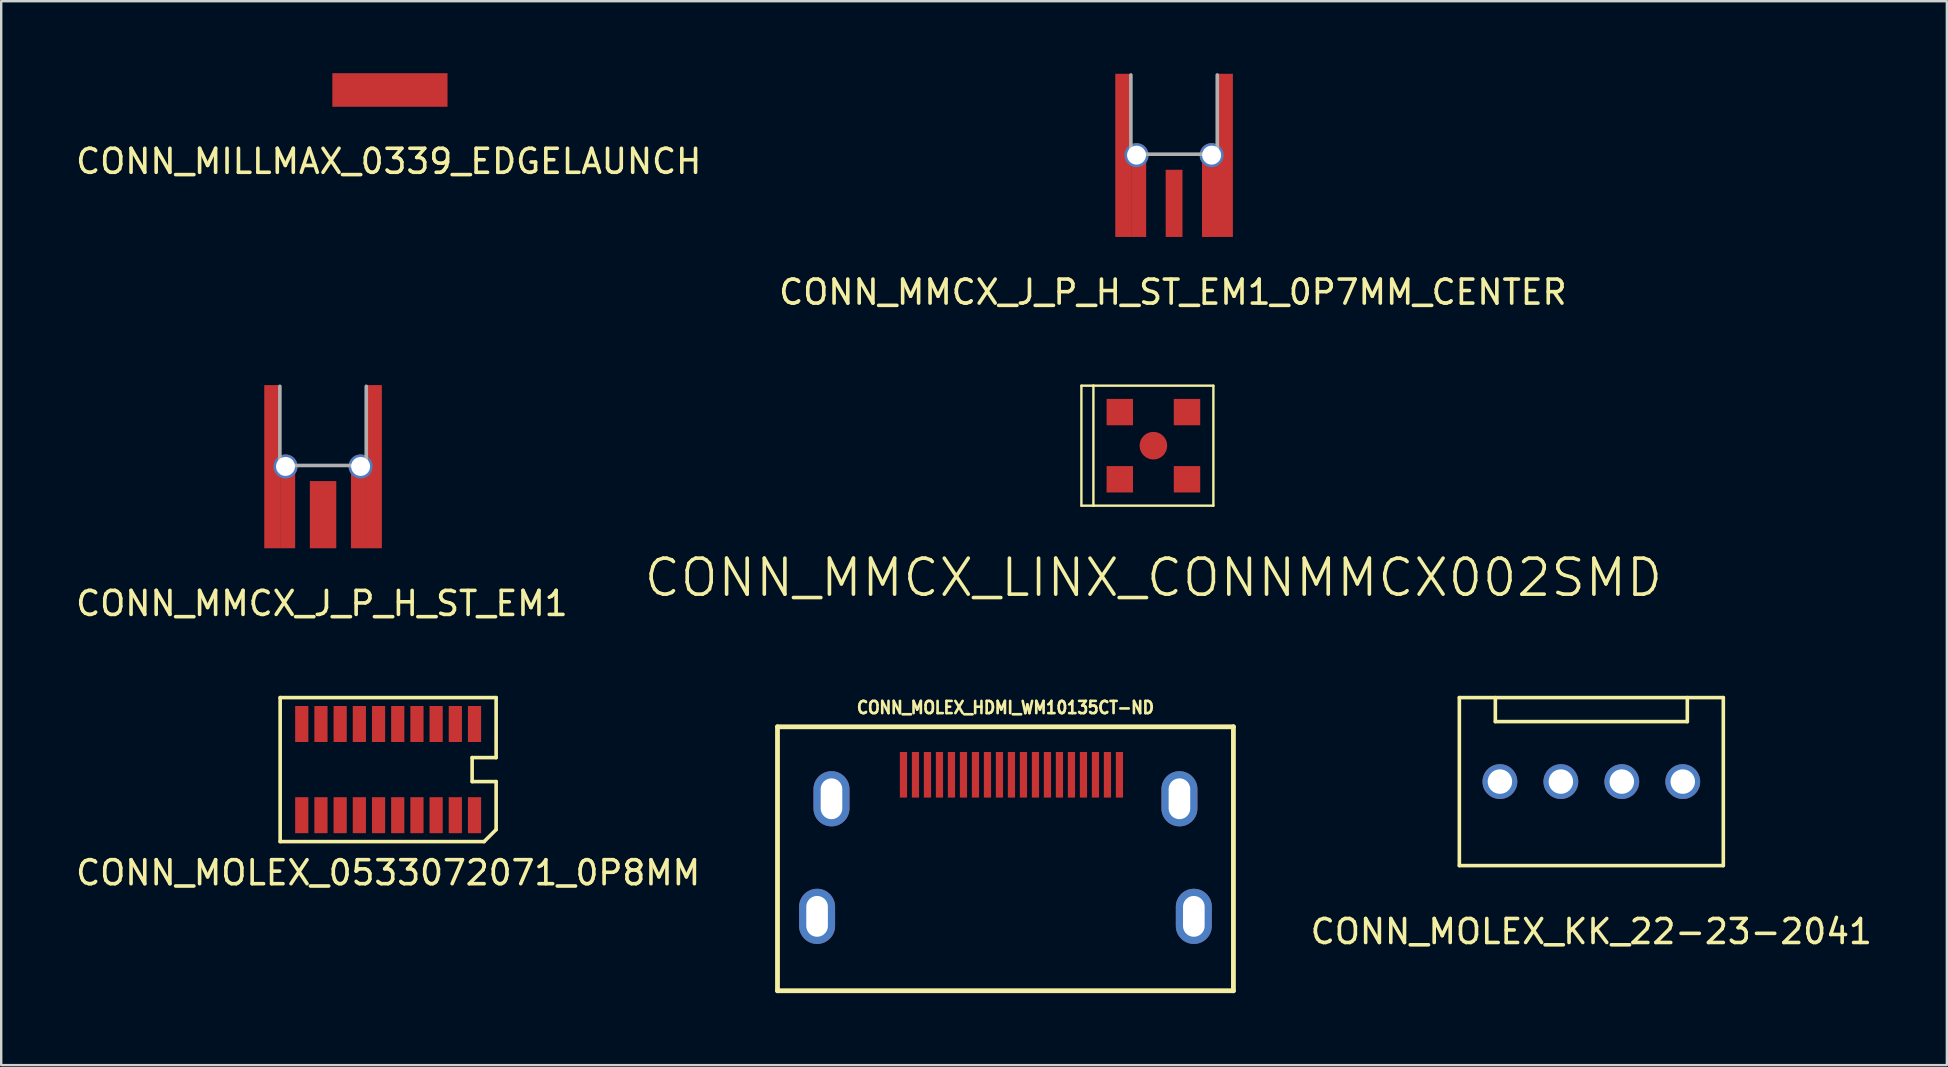
<source format=kicad_pcb>
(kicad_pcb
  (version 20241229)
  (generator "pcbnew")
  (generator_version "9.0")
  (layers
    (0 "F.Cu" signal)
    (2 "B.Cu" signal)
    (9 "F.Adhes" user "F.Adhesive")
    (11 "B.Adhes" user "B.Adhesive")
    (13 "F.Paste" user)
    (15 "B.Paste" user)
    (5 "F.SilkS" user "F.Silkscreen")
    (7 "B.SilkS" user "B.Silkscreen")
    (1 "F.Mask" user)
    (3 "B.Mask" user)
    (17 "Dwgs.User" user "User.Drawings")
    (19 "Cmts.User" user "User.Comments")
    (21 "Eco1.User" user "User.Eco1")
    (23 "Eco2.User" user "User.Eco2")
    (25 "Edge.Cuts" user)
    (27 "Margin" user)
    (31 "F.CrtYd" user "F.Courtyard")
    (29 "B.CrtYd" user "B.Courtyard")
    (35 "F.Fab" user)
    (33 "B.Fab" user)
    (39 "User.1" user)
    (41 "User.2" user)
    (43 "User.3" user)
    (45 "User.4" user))
  (footprint "CONN_MMCX_J_P_H_ST_EM1"
    (layer "F.Cu")
    (at 10.413 19.798)
    (property "Reference" "CONN_MMCX_J_P_H_ST_EM1" (at -0.05 2.3 0) (layer "F.SilkS") (effects (font (size 1 1) (thickness 0.15))))
    (attr smd)
    (fp_line (start -1.8 -6.75) (end -1.8 -3.45) (stroke (width 0.15) (type solid)) (layer "F.Fab"))
    (fp_line (start -1.7 -3.45) (end 1.8 -3.45) (stroke (width 0.15) (type solid)) (layer "F.Fab"))
    (fp_line (start 1.8 -6.75) (end 1.8 -3.45) (stroke (width 0.15) (type solid)) (layer "F.Fab"))
    (pad "1" smd rect (at 0 -1.4) (size 1.1 2.8) (layers "F.Cu" "F.Mask" "F.Paste"))
    (pad "2" smd rect (at -2.113 -3.4) (size 0.675 6.8) (layers "F.Cu" "F.Mask" "F.Paste"))
    (pad "2" thru_hole circle (at -1.565 -3.41) (size 1 1) (drill 0.79) (layers "*.Cu" "*.Mask"))
    (pad "2" smd rect (at -1.475 -1.705) (size 0.625 3.41) (layers "F.Cu" "F.Mask" "F.Paste"))
    (pad "2" smd rect (at 1.475 -1.705) (size 0.625 3.41) (layers "F.Cu" "F.Mask" "F.Paste"))
    (pad "2" thru_hole circle (at 1.565 -3.41) (size 1 1) (drill 0.79) (layers "*.Cu" "*.Mask"))
    (pad "2" smd rect (at 2.113 -3.4) (size 0.675 6.8) (layers "F.Cu" "F.Mask" "F.Paste")))
  (footprint "CONN_MOLEX_KK_22-23-2041"
    (layer "F.Cu")
    (at 63.265 29.521)
    (property "Reference" "CONN_MOLEX_KK_22-23-2041" (at 0 6.25 0) (layer "F.SilkS") (effects (font (size 1 1) (thickness 0.15))))
    (attr through_hole)
    (fp_line (start -5.5 -3.5) (end -5.5 3.5) (stroke (width 0.15) (type solid)) (layer "F.SilkS"))
    (fp_line (start -5.5 3.5) (end 5.5 3.5) (stroke (width 0.15) (type solid)) (layer "F.SilkS"))
    (fp_line (start -4 -3.5) (end -4 -2.5) (stroke (width 0.15) (type solid)) (layer "F.SilkS"))
    (fp_line (start -4 -2.5) (end 4 -2.5) (stroke (width 0.15) (type solid)) (layer "F.SilkS"))
    (fp_line (start 4 -2.5) (end 4 -3.5) (stroke (width 0.15) (type solid)) (layer "F.SilkS"))
    (fp_line (start 5.5 -3.5) (end -5.5 -3.5) (stroke (width 0.15) (type solid)) (layer "F.SilkS"))
    (fp_line (start 5.5 3.5) (end 5.5 -3.5) (stroke (width 0.15) (type solid)) (layer "F.SilkS"))
    (pad "1" thru_hole circle (at 3.81 0) (size 1.45 1.45) (drill 1.02) (layers "*.Cu" "*.Mask"))
    (pad "2" thru_hole circle (at 1.27 0) (size 1.45 1.45) (drill 1.02) (layers "*.Cu" "*.Mask"))
    (pad "3" thru_hole circle (at -1.27 0) (size 1.45 1.45) (drill 1.02) (layers "*.Cu" "*.Mask"))
    (pad "4" thru_hole circle (at -3.81 0) (size 1.45 1.45) (drill 1.02) (layers "*.Cu" "*.Mask")))
  (footprint "CONN_MOLEX_0533072071_0P8MM"
    (layer "F.Cu")
    (at 13.125 29.021)
    (property "Reference" "CONN_MOLEX_0533072071_0P8MM" (at 0 4.3 0) (layer "F.SilkS") (effects (font (size 1 1) (thickness 0.15))))
    (attr through_hole)
    (fp_line (start -4.5 -3) (end -4.5 3) (stroke (width 0.15) (type solid)) (layer "F.SilkS"))
    (fp_line (start -4.5 3) (end 4 3) (stroke (width 0.15) (type solid)) (layer "F.SilkS"))
    (fp_line (start 3.5 -0.5) (end 4.5 -0.5) (stroke (width 0.15) (type solid)) (layer "F.SilkS"))
    (fp_line (start 3.5 0.5) (end 3.5 -0.5) (stroke (width 0.15) (type solid)) (layer "F.SilkS"))
    (fp_line (start 4 3) (end 4.5 2.5) (stroke (width 0.15) (type solid)) (layer "F.SilkS"))
    (fp_line (start 4.5 -3) (end -4.5 -3) (stroke (width 0.15) (type solid)) (layer "F.SilkS"))
    (fp_line (start 4.5 -0.5) (end 4.5 -3) (stroke (width 0.15) (type solid)) (layer "F.SilkS"))
    (fp_line (start 4.5 0.5) (end 3.5 0.5) (stroke (width 0.15) (type solid)) (layer "F.SilkS"))
    (fp_line (start 4.5 2.5) (end 4.5 0.5) (stroke (width 0.15) (type solid)) (layer "F.SilkS"))
    (pad "1" smd rect (at 3.6 1.9) (size 0.55 1.5) (layers "F.Cu" "F.Mask" "F.Paste"))
    (pad "2" smd rect (at 2.8 1.9) (size 0.55 1.5) (layers "F.Cu" "F.Mask" "F.Paste"))
    (pad "3" smd rect (at 2 1.9) (size 0.55 1.5) (layers "F.Cu" "F.Mask" "F.Paste"))
    (pad "4" smd rect (at 1.2 1.9) (size 0.55 1.5) (layers "F.Cu" "F.Mask" "F.Paste"))
    (pad "5" smd rect (at 0.4 1.9) (size 0.55 1.5) (layers "F.Cu" "F.Mask" "F.Paste"))
    (pad "6" smd rect (at -0.4 1.9) (size 0.55 1.5) (layers "F.Cu" "F.Mask" "F.Paste"))
    (pad "7" smd rect (at -1.2 1.9) (size 0.55 1.5) (layers "F.Cu" "F.Mask" "F.Paste"))
    (pad "8" smd rect (at -2 1.9) (size 0.55 1.5) (layers "F.Cu" "F.Mask" "F.Paste"))
    (pad "9" smd rect (at -2.8 1.9) (size 0.55 1.5) (layers "F.Cu" "F.Mask" "F.Paste"))
    (pad "10" smd rect (at -3.6 1.9) (size 0.55 1.5) (layers "F.Cu" "F.Mask" "F.Paste"))
    (pad "11" smd rect (at -3.6 -1.9) (size 0.55 1.5) (layers "F.Cu" "F.Mask" "F.Paste"))
    (pad "12" smd rect (at -2.8 -1.9) (size 0.55 1.5) (layers "F.Cu" "F.Mask" "F.Paste"))
    (pad "13" smd rect (at -2 -1.9) (size 0.55 1.5) (layers "F.Cu" "F.Mask" "F.Paste"))
    (pad "14" smd rect (at -1.2 -1.9) (size 0.55 1.5) (layers "F.Cu" "F.Mask" "F.Paste"))
    (pad "15" smd rect (at -0.4 -1.9) (size 0.55 1.5) (layers "F.Cu" "F.Mask" "F.Paste"))
    (pad "16" smd rect (at 0.4 -1.9) (size 0.55 1.5) (layers "F.Cu" "F.Mask" "F.Paste"))
    (pad "17" smd rect (at 1.2 -1.9) (size 0.55 1.5) (layers "F.Cu" "F.Mask" "F.Paste"))
    (pad "18" smd rect (at 2 -1.9) (size 0.55 1.5) (layers "F.Cu" "F.Mask" "F.Paste"))
    (pad "19" smd rect (at 2.8 -1.9) (size 0.55 1.5) (layers "F.Cu" "F.Mask" "F.Paste"))
    (pad "20" smd rect (at 3.6 -1.9) (size 0.55 1.5) (layers "F.Cu" "F.Mask" "F.Paste")))
  (footprint "CONN_MILLMAX_0339_EDGELAUNCH"
    (layer "F.Cu")
    (at 13.199 0.7)
    (property "Reference" "CONN_MILLMAX_0339_EDGELAUNCH" (at -0.05 2.975 0) (layer "F.SilkS") (effects (font (size 1 1) (thickness 0.15))))
    (attr smd)
    (pad "1" smd rect (at 0 0) (size 4.8 1.4) (layers "F.Cu" "F.Mask" "F.Paste")))
  (footprint "CONN_MOLEX_HDMI_WM10135CT-ND"
    (layer "F.Cu")
    (at 38.85 29.237)
    (property "Reference" "CONN_MOLEX_HDMI_WM10135CT-ND" (at 0 -2.8 0) (layer "F.SilkS") (effects (font (size 0.508 0.457) (thickness 0.11))))
    (attr smd)
    (fp_line (start -9.5 -2) (end 9.5 -2) (stroke (width 0.2) (type solid)) (layer "F.SilkS"))
    (fp_line (start -9.5 9) (end -9.5 -2) (stroke (width 0.2) (type solid)) (layer "F.SilkS"))
    (fp_line (start 9.5 -2) (end 9.5 9) (stroke (width 0.2) (type solid)) (layer "F.SilkS"))
    (fp_line (start 9.5 9) (end -9.5 9) (stroke (width 0.2) (type solid)) (layer "F.SilkS"))
    (pad "1" smd rect (at 4.75 0) (size 0.3 1.9) (layers "F.Cu" "F.Mask" "F.Paste"))
    (pad "2" smd rect (at 4.25 0) (size 0.3 1.9) (layers "F.Cu" "F.Mask" "F.Paste"))
    (pad "3" smd rect (at 3.75 0) (size 0.3 1.9) (layers "F.Cu" "F.Mask" "F.Paste"))
    (pad "4" smd rect (at 3.25 0) (size 0.3 1.9) (layers "F.Cu" "F.Mask" "F.Paste"))
    (pad "5" smd rect (at 2.75 0) (size 0.3 1.9) (layers "F.Cu" "F.Mask" "F.Paste"))
    (pad "6" smd rect (at 2.25 0) (size 0.3 1.9) (layers "F.Cu" "F.Mask" "F.Paste"))
    (pad "7" smd rect (at 1.75 0) (size 0.3 1.9) (layers "F.Cu" "F.Mask" "F.Paste"))
    (pad "8" smd rect (at 1.25 0) (size 0.3 1.9) (layers "F.Cu" "F.Mask" "F.Paste"))
    (pad "9" smd rect (at 0.75 0) (size 0.3 1.9) (layers "F.Cu" "F.Mask" "F.Paste"))
    (pad "10" smd rect (at 0.25 0) (size 0.3 1.9) (layers "F.Cu" "F.Mask" "F.Paste"))
    (pad "11" smd rect (at -0.25 0) (size 0.3 1.9) (layers "F.Cu" "F.Mask" "F.Paste"))
    (pad "12" smd rect (at -0.75 0) (size 0.3 1.9) (layers "F.Cu" "F.Mask" "F.Paste"))
    (pad "13" smd rect (at -1.25 0) (size 0.3 1.9) (layers "F.Cu" "F.Mask" "F.Paste"))
    (pad "14" smd rect (at -1.75 0) (size 0.3 1.9) (layers "F.Cu" "F.Mask" "F.Paste"))
    (pad "15" smd rect (at -2.25 0) (size 0.3 1.9) (layers "F.Cu" "F.Mask" "F.Paste"))
    (pad "16" smd rect (at -2.75 0) (size 0.3 1.9) (layers "F.Cu" "F.Mask" "F.Paste"))
    (pad "17" smd rect (at -3.25 0) (size 0.3 1.9) (layers "F.Cu" "F.Mask" "F.Paste"))
    (pad "18" smd rect (at -3.75 0) (size 0.3 1.9) (layers "F.Cu" "F.Mask" "F.Paste"))
    (pad "19" smd rect (at -4.25 0) (size 0.3 1.9) (layers "F.Cu" "F.Mask" "F.Paste"))
    (pad "SHLD" thru_hole oval (at -7.85 5.9) (size 1.5 2.3) (drill oval 0.9 1.7) (layers "*.Cu" "*.Paste" "*.Mask"))
    (pad "SHLD" thru_hole oval (at -7.25 1) (size 1.5 2.3) (drill oval 0.9 1.7) (layers "*.Cu" "*.Paste" "*.Mask"))
    (pad "SHLD" thru_hole oval (at 7.25 1) (size 1.5 2.3) (drill oval 0.9 1.7) (layers "*.Cu" "*.Paste" "*.Mask"))
    (pad "SHLD" thru_hole oval (at 7.85 5.9) (size 1.5 2.3) (drill oval 0.9 1.7) (layers "*.Cu" "*.Paste" "*.Mask")))
  (footprint "CONN_MMCX_LINX_CONNMMCX002SMD"
    (layer "F.Cu")
    (at 45.015 15.523)
    (property "Reference" "CONN_MMCX_LINX_CONNMMCX002SMD" (at 0 5.5 0) (layer "F.SilkS") (effects (font (size 1.5 1.5) (thickness 0.15))))
    (attr through_hole)
    (fp_line (start -3 -2.5) (end -3 2.5) (stroke (width 0.1) (type solid)) (layer "F.SilkS"))
    (fp_line (start -3 2.5) (end -2.5 2.5) (stroke (width 0.1) (type solid)) (layer "F.SilkS"))
    (fp_line (start -2.5 -2.5) (end -3 -2.5) (stroke (width 0.1) (type solid)) (layer "F.SilkS"))
    (fp_line (start -2.5 -2.5) (end 2.5 -2.5) (stroke (width 0.1) (type solid)) (layer "F.SilkS"))
    (fp_line (start -2.5 2.5) (end -2.5 -2.5) (stroke (width 0.1) (type solid)) (layer "F.SilkS"))
    (fp_line (start 2.5 -2.5) (end 2.5 2.5) (stroke (width 0.1) (type solid)) (layer "F.SilkS"))
    (fp_line (start 2.5 2.5) (end -2.5 2.5) (stroke (width 0.1) (type solid)) (layer "F.SilkS"))
    (pad "1" smd circle (at 0 0) (size 1.15 1.15) (layers "F.Cu" "F.Mask" "F.Paste"))
    (pad "2" smd rect (at -1.4 -1.4) (size 1.1 1.1) (layers "F.Cu" "F.Mask" "F.Paste"))
    (pad "2" smd rect (at -1.4 1.4) (size 1.1 1.1) (layers "F.Cu" "F.Mask" "F.Paste"))
    (pad "2" smd rect (at 1.4 -1.4) (size 1.1 1.1) (layers "F.Cu" "F.Mask" "F.Paste"))
    (pad "2" smd rect (at 1.4 1.4) (size 1.1 1.1) (layers "F.Cu" "F.Mask" "F.Paste")))
  (footprint "CONN_MMCX_J_P_H_ST_EM1_0P7MM_CENTER"
    (layer "F.Cu")
    (at 45.877 6.825)
    (property "Reference" "CONN_MMCX_J_P_H_ST_EM1_0P7MM_CENTER" (at -0.05 2.3 0) (layer "F.SilkS") (effects (font (size 1 1) (thickness 0.15))))
    (attr through_hole)
    (fp_line (start -1.8 -6.75) (end -1.8 -3.45) (stroke (width 0.15) (type solid)) (layer "F.Fab"))
    (fp_line (start -1.7 -3.45) (end 1.8 -3.45) (stroke (width 0.15) (type solid)) (layer "F.Fab"))
    (fp_line (start 1.8 -6.75) (end 1.8 -3.45) (stroke (width 0.15) (type solid)) (layer "F.Fab"))
    (pad "1" smd rect (at 0 -1.4) (size 0.7 2.8) (layers "F.Cu" "F.Mask" "F.Paste"))
    (pad "2" smd rect (at -2.113 -3.4) (size 0.675 6.8) (layers "F.Cu" "F.Mask" "F.Paste"))
    (pad "2" thru_hole circle (at -1.565 -3.41) (size 1 1) (drill 0.79) (layers "*.Cu" "*.Mask"))
    (pad "2" smd rect (at -1.475 -1.705) (size 0.625 3.41) (layers "F.Cu" "F.Mask" "F.Paste"))
    (pad "2" smd rect (at 1.475 -1.705) (size 0.625 3.41) (layers "F.Cu" "F.Mask" "F.Paste"))
    (pad "2" thru_hole circle (at 1.565 -3.41) (size 1 1) (drill 0.79) (layers "*.Cu" "*.Mask"))
    (pad "2" smd rect (at 2.113 -3.4) (size 0.675 6.8) (layers "F.Cu" "F.Mask" "F.Paste")))
  (gr_rect
    (start -3 -3)
    (end 78.081 41.337)
    (stroke (width 0.1) (type default))
    (fill no)
    (layer "Edge.Cuts")))
</source>
